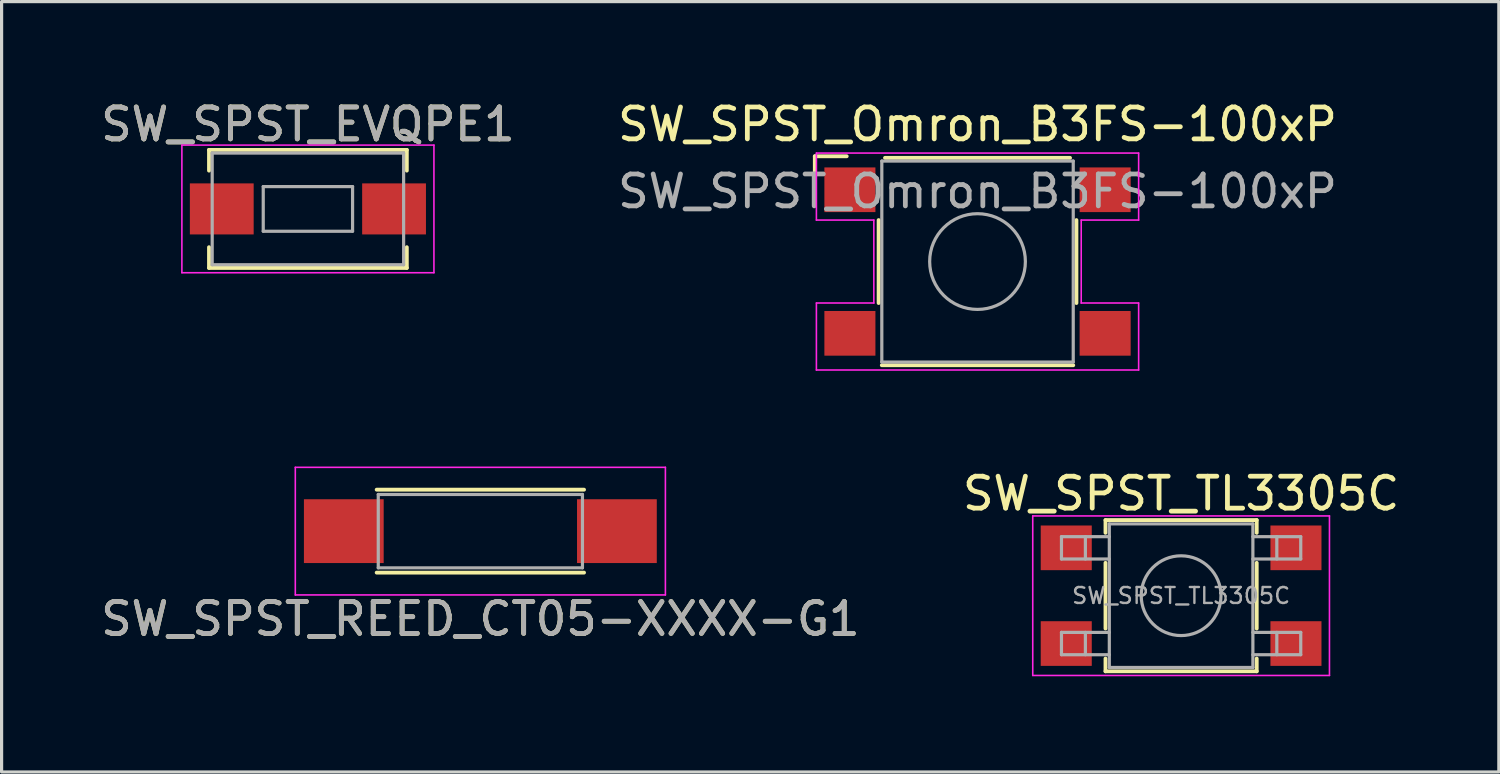
<source format=kicad_pcb>
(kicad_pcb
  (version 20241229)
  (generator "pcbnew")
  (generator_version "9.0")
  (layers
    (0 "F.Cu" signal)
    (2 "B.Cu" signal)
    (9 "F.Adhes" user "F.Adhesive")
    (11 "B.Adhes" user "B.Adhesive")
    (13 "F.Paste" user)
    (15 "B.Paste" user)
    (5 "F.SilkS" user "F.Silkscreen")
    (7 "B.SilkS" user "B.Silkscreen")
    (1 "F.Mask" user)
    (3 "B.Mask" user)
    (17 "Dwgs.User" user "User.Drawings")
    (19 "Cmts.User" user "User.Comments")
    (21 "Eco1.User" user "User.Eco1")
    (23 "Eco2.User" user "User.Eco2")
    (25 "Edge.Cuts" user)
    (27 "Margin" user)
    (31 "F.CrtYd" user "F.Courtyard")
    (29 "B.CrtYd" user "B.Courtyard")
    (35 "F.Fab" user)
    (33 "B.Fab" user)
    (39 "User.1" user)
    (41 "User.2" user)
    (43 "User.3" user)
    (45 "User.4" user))
  (footprint "SW_SPST_Omron_B3FS-100xP"
    (layer "F.Cu")
    (at 27.589 5.148)
    (property "Reference" "SW_SPST_Omron_B3FS-100xP" (at 0 -4.3 0) (layer "F.SilkS") (effects (font (size 1 1) (thickness 0.15))))
    (attr smd)
    (fp_line (start -5.1 -3.3) (end -4.1 -3.3) (stroke (width 0.12) (type solid)) (layer "F.SilkS"))
    (fp_line (start -5.1 -2.3) (end -5.1 -3.3) (stroke (width 0.12) (type solid)) (layer "F.SilkS"))
    (fp_line (start -3.1 -1.3) (end -3.1 1.3) (stroke (width 0.12) (type solid)) (layer "F.SilkS"))
    (fp_line (start 2.9 -3.25) (end -2.9 -3.25) (stroke (width 0.12) (type solid)) (layer "F.SilkS"))
    (fp_line (start 3 3.25) (end -3 3.25) (stroke (width 0.12) (type solid)) (layer "F.SilkS"))
    (fp_line (start 3.1 -1.3) (end 3.1 1.3) (stroke (width 0.12) (type solid)) (layer "F.SilkS"))
    (fp_line (start -5.05 -3.4) (end 5.05 -3.4) (stroke (width 0.05) (type solid)) (layer "F.CrtYd"))
    (fp_line (start -5.05 -1.3) (end -5.05 -3.4) (stroke (width 0.05) (type solid)) (layer "F.CrtYd"))
    (fp_line (start -5.05 1.3) (end -3.25 1.3) (stroke (width 0.05) (type solid)) (layer "F.CrtYd"))
    (fp_line (start -5.05 3.4) (end -5.05 1.3) (stroke (width 0.05) (type solid)) (layer "F.CrtYd"))
    (fp_line (start -3.25 -1.3) (end -5.05 -1.3) (stroke (width 0.05) (type solid)) (layer "F.CrtYd"))
    (fp_line (start -3.25 1.3) (end -3.25 -1.3) (stroke (width 0.05) (type solid)) (layer "F.CrtYd"))
    (fp_line (start 3.25 -1.3) (end 3.25 1.3) (stroke (width 0.05) (type solid)) (layer "F.CrtYd"))
    (fp_line (start 3.25 1.3) (end 5.05 1.3) (stroke (width 0.05) (type solid)) (layer "F.CrtYd"))
    (fp_line (start 5.05 -3.4) (end 5.05 -1.3) (stroke (width 0.05) (type solid)) (layer "F.CrtYd"))
    (fp_line (start 5.05 -1.3) (end 3.25 -1.3) (stroke (width 0.05) (type solid)) (layer "F.CrtYd"))
    (fp_line (start 5.05 1.3) (end 5.05 3.4) (stroke (width 0.05) (type solid)) (layer "F.CrtYd"))
    (fp_line (start 5.05 3.4) (end -5.05 3.4) (stroke (width 0.05) (type solid)) (layer "F.CrtYd"))
    (fp_line (start -3 -3.15) (end 3 -3.15) (stroke (width 0.1) (type solid)) (layer "F.Fab"))
    (fp_line (start -3 3.15) (end -3 -3.15) (stroke (width 0.1) (type solid)) (layer "F.Fab"))
    (fp_line (start 3 -3.15) (end 3 3.15) (stroke (width 0.1) (type solid)) (layer "F.Fab"))
    (fp_line (start 3 3.15) (end -3 3.15) (stroke (width 0.1) (type solid)) (layer "F.Fab"))
    (fp_circle (center 0 0) (end 1.5 0) (stroke (width 0.1) (type solid)) (fill no) (layer "F.Fab"))
    (fp_text user "${REFERENCE}" (at 0 -2.2 0) (layer "F.Fab") (effects (font (size 1 1) (thickness 0.15))))
    (pad "1" smd rect (at -4 -2.25 180) (size 1.6 1.4) (layers "F.Cu" "F.Mask" "F.Paste"))
    (pad "2" smd rect (at 4 -2.25 180) (size 1.6 1.4) (layers "F.Cu" "F.Mask" "F.Paste"))
    (pad "3" smd rect (at -4 2.25 180) (size 1.6 1.4) (layers "F.Cu" "F.Mask" "F.Paste"))
    (pad "4" smd rect (at 4 2.25 180) (size 1.6 1.4) (layers "F.Cu" "F.Mask" "F.Paste")))
  (footprint "SW_SPST_REED_CT05-XXXX-G1"
    (layer "F.Cu")
    (at 12.006 13.598)
    (property "Reference" "SW_SPST_REED_CT05-XXXX-G1" (at 0 2.75 0) (layer "F.SilkS") (effects (font (size 1 1) (thickness 0.15))))
    (attr smd)
    (fp_line (start -3.25 -1.3) (end 3.25 -1.3) (stroke (width 0.12) (type solid)) (layer "F.SilkS"))
    (fp_line (start 3.25 1.3) (end -3.25 1.3) (stroke (width 0.12) (type solid)) (layer "F.SilkS"))
    (fp_line (start -5.8 -2) (end 5.8 -2) (stroke (width 0.05) (type solid)) (layer "F.CrtYd"))
    (fp_line (start -5.8 2) (end -5.8 -2) (stroke (width 0.05) (type solid)) (layer "F.CrtYd"))
    (fp_line (start 5.8 -2) (end 5.8 2) (stroke (width 0.05) (type solid)) (layer "F.CrtYd"))
    (fp_line (start 5.8 2) (end -5.8 2) (stroke (width 0.05) (type solid)) (layer "F.CrtYd"))
    (fp_line (start -3.2 -1.15) (end -3.2 1.15) (stroke (width 0.1) (type solid)) (layer "F.Fab"))
    (fp_line (start -3.2 1.15) (end 3.2 1.15) (stroke (width 0.1) (type solid)) (layer "F.Fab"))
    (fp_line (start 3.2 -1.15) (end -3.2 -1.15) (stroke (width 0.1) (type solid)) (layer "F.Fab"))
    (fp_line (start 3.2 1.15) (end 3.2 -1.15) (stroke (width 0.1) (type solid)) (layer "F.Fab"))
    (fp_text user "${REFERENCE}" (at 0 2.75 0) (layer "F.Fab") (effects (font (size 1 1) (thickness 0.15))))
    (pad "1" smd rect (at -4.28 0) (size 2.5 2) (layers "F.Cu" "F.Mask" "F.Paste"))
    (pad "2" smd rect (at 4.28 0) (size 2.5 2) (layers "F.Cu" "F.Mask" "F.Paste")))
  (footprint "SW_SPST_TL3305C"
    (layer "F.Cu")
    (at 33.97 15.621)
    (property "Reference" "SW_SPST_TL3305C" (at 0 -3.2 0) (layer "F.SilkS") (effects (font (size 1 1) (thickness 0.15))))
    (attr smd)
    (fp_line (start -2.37 -2.37) (end -2.37 -1.97) (stroke (width 0.12) (type solid)) (layer "F.SilkS"))
    (fp_line (start -2.37 -2.37) (end 2.37 -2.37) (stroke (width 0.12) (type solid)) (layer "F.SilkS"))
    (fp_line (start -2.37 1.03) (end -2.37 -1.03) (stroke (width 0.12) (type solid)) (layer "F.SilkS"))
    (fp_line (start -2.37 2.37) (end -2.37 1.97) (stroke (width 0.12) (type solid)) (layer "F.SilkS"))
    (fp_line (start -2.37 2.37) (end 2.37 2.37) (stroke (width 0.12) (type solid)) (layer "F.SilkS"))
    (fp_line (start 2.37 -2.37) (end 2.37 -1.97) (stroke (width 0.12) (type solid)) (layer "F.SilkS"))
    (fp_line (start 2.37 1.03) (end 2.37 -1.03) (stroke (width 0.12) (type solid)) (layer "F.SilkS"))
    (fp_line (start 2.37 2.37) (end 2.37 1.97) (stroke (width 0.12) (type solid)) (layer "F.SilkS"))
    (fp_line (start -4.65 -2.5) (end 4.65 -2.5) (stroke (width 0.05) (type solid)) (layer "F.CrtYd"))
    (fp_line (start -4.65 2.5) (end -4.65 -2.5) (stroke (width 0.05) (type solid)) (layer "F.CrtYd"))
    (fp_line (start 4.65 -2.5) (end 4.65 2.5) (stroke (width 0.05) (type solid)) (layer "F.CrtYd"))
    (fp_line (start 4.65 2.5) (end -4.65 2.5) (stroke (width 0.05) (type solid)) (layer "F.CrtYd"))
    (fp_line (start -3.75 -1.85) (end -3.75 -1.15) (stroke (width 0.1) (type solid)) (layer "F.Fab"))
    (fp_line (start -3.75 -1.15) (end -2.25 -1.15) (stroke (width 0.1) (type solid)) (layer "F.Fab"))
    (fp_line (start -3.75 1.15) (end -3.75 1.85) (stroke (width 0.1) (type solid)) (layer "F.Fab"))
    (fp_line (start -3.75 1.85) (end -2.25 1.85) (stroke (width 0.1) (type solid)) (layer "F.Fab"))
    (fp_line (start -3 -1.85) (end -3 -1.15) (stroke (width 0.1) (type solid)) (layer "F.Fab"))
    (fp_line (start -3 1.15) (end -3 1.85) (stroke (width 0.1) (type solid)) (layer "F.Fab"))
    (fp_line (start -2.25 -2.25) (end 2.25 -2.25) (stroke (width 0.1) (type solid)) (layer "F.Fab"))
    (fp_line (start -2.25 -1.85) (end -3.75 -1.85) (stroke (width 0.1) (type solid)) (layer "F.Fab"))
    (fp_line (start -2.25 1.15) (end -3.75 1.15) (stroke (width 0.1) (type solid)) (layer "F.Fab"))
    (fp_line (start -2.25 2.25) (end -2.25 -2.25) (stroke (width 0.1) (type solid)) (layer "F.Fab"))
    (fp_line (start 2.25 -2.25) (end 2.25 2.25) (stroke (width 0.1) (type solid)) (layer "F.Fab"))
    (fp_line (start 2.25 -1.15) (end 3.75 -1.15) (stroke (width 0.1) (type solid)) (layer "F.Fab"))
    (fp_line (start 2.25 1.15) (end 3.75 1.15) (stroke (width 0.1) (type solid)) (layer "F.Fab"))
    (fp_line (start 2.25 2.25) (end -2.25 2.25) (stroke (width 0.1) (type solid)) (layer "F.Fab"))
    (fp_line (start 3 -1.85) (end 3 -1.15) (stroke (width 0.1) (type solid)) (layer "F.Fab"))
    (fp_line (start 3 1.15) (end 3 1.85) (stroke (width 0.1) (type solid)) (layer "F.Fab"))
    (fp_line (start 3.75 -1.85) (end 2.25 -1.85) (stroke (width 0.1) (type solid)) (layer "F.Fab"))
    (fp_line (start 3.75 -1.15) (end 3.75 -1.85) (stroke (width 0.1) (type solid)) (layer "F.Fab"))
    (fp_line (start 3.75 1.15) (end 3.75 1.85) (stroke (width 0.1) (type solid)) (layer "F.Fab"))
    (fp_line (start 3.75 1.85) (end 2.25 1.85) (stroke (width 0.1) (type solid)) (layer "F.Fab"))
    (fp_circle (center 0 0) (end 1.25 0) (stroke (width 0.1) (type solid)) (fill no) (layer "F.Fab"))
    (fp_text user "${REFERENCE}" (at 0 0 0) (layer "F.Fab") (effects (font (size 0.5 0.5) (thickness 0.075))))
    (pad "1" smd rect (at -3.6 -1.5) (size 1.6 1.4) (layers "F.Cu" "F.Mask" "F.Paste"))
    (pad "1" smd rect (at 3.6 -1.5) (size 1.6 1.4) (layers "F.Cu" "F.Mask" "F.Paste"))
    (pad "2" smd rect (at -3.6 1.5) (size 1.6 1.4) (layers "F.Cu" "F.Mask" "F.Paste"))
    (pad "2" smd rect (at 3.6 1.5) (size 1.6 1.4) (layers "F.Cu" "F.Mask" "F.Paste")))
  (footprint "SW_SPST_EVQPE1"
    (layer "F.Cu")
    (at 6.601 3.498)
    (property "Reference" "SW_SPST_EVQPE1" (at 0 -2.65 0) (layer "F.SilkS") (effects (font (size 1 1) (thickness 0.15))))
    (attr smd)
    (fp_line (start -3.1 -1.85) (end -3.1 -1.2) (stroke (width 0.12) (type solid)) (layer "F.SilkS"))
    (fp_line (start -3.1 1.2) (end -3.1 1.85) (stroke (width 0.12) (type solid)) (layer "F.SilkS"))
    (fp_line (start -3.1 1.85) (end 3.1 1.85) (stroke (width 0.12) (type solid)) (layer "F.SilkS"))
    (fp_line (start 3.1 -1.85) (end -3.1 -1.85) (stroke (width 0.12) (type solid)) (layer "F.SilkS"))
    (fp_line (start 3.1 -1.85) (end 3.1 -1.2) (stroke (width 0.12) (type solid)) (layer "F.SilkS"))
    (fp_line (start 3.1 1.85) (end 3.1 1.2) (stroke (width 0.12) (type solid)) (layer "F.SilkS"))
    (fp_line (start -3.95 -2) (end 3.95 -2) (stroke (width 0.05) (type solid)) (layer "F.CrtYd"))
    (fp_line (start -3.95 2) (end -3.95 -2) (stroke (width 0.05) (type solid)) (layer "F.CrtYd"))
    (fp_line (start 3.95 -2) (end 3.95 2) (stroke (width 0.05) (type solid)) (layer "F.CrtYd"))
    (fp_line (start 3.95 2) (end -3.95 2) (stroke (width 0.05) (type solid)) (layer "F.CrtYd"))
    (fp_line (start -3 -1.75) (end 3 -1.75) (stroke (width 0.1) (type solid)) (layer "F.Fab"))
    (fp_line (start -3 1.75) (end -3 -1.75) (stroke (width 0.1) (type solid)) (layer "F.Fab"))
    (fp_line (start -1.4 -0.7) (end 1.4 -0.7) (stroke (width 0.1) (type solid)) (layer "F.Fab"))
    (fp_line (start -1.4 0.7) (end -1.4 -0.7) (stroke (width 0.1) (type solid)) (layer "F.Fab"))
    (fp_line (start 1.4 -0.7) (end 1.4 0.7) (stroke (width 0.1) (type solid)) (layer "F.Fab"))
    (fp_line (start 1.4 0.7) (end -1.4 0.7) (stroke (width 0.1) (type solid)) (layer "F.Fab"))
    (fp_line (start 3 -1.75) (end 3 1.75) (stroke (width 0.1) (type solid)) (layer "F.Fab"))
    (fp_line (start 3 1.75) (end -3 1.75) (stroke (width 0.1) (type solid)) (layer "F.Fab"))
    (fp_text user "${REFERENCE}" (at 0 -2.65 0) (layer "F.Fab") (effects (font (size 1 1) (thickness 0.15))))
    (pad "1" smd rect (at -2.7 0) (size 2 1.6) (layers "F.Cu" "F.Mask" "F.Paste"))
    (pad "2" smd rect (at 2.7 0) (size 2 1.6) (layers "F.Cu" "F.Mask" "F.Paste")))
  (gr_rect
    (start -3 -3)
    (end 43.929 21.146)
    (stroke (width 0.1) (type default))
    (fill no)
    (layer "Edge.Cuts")))
</source>
